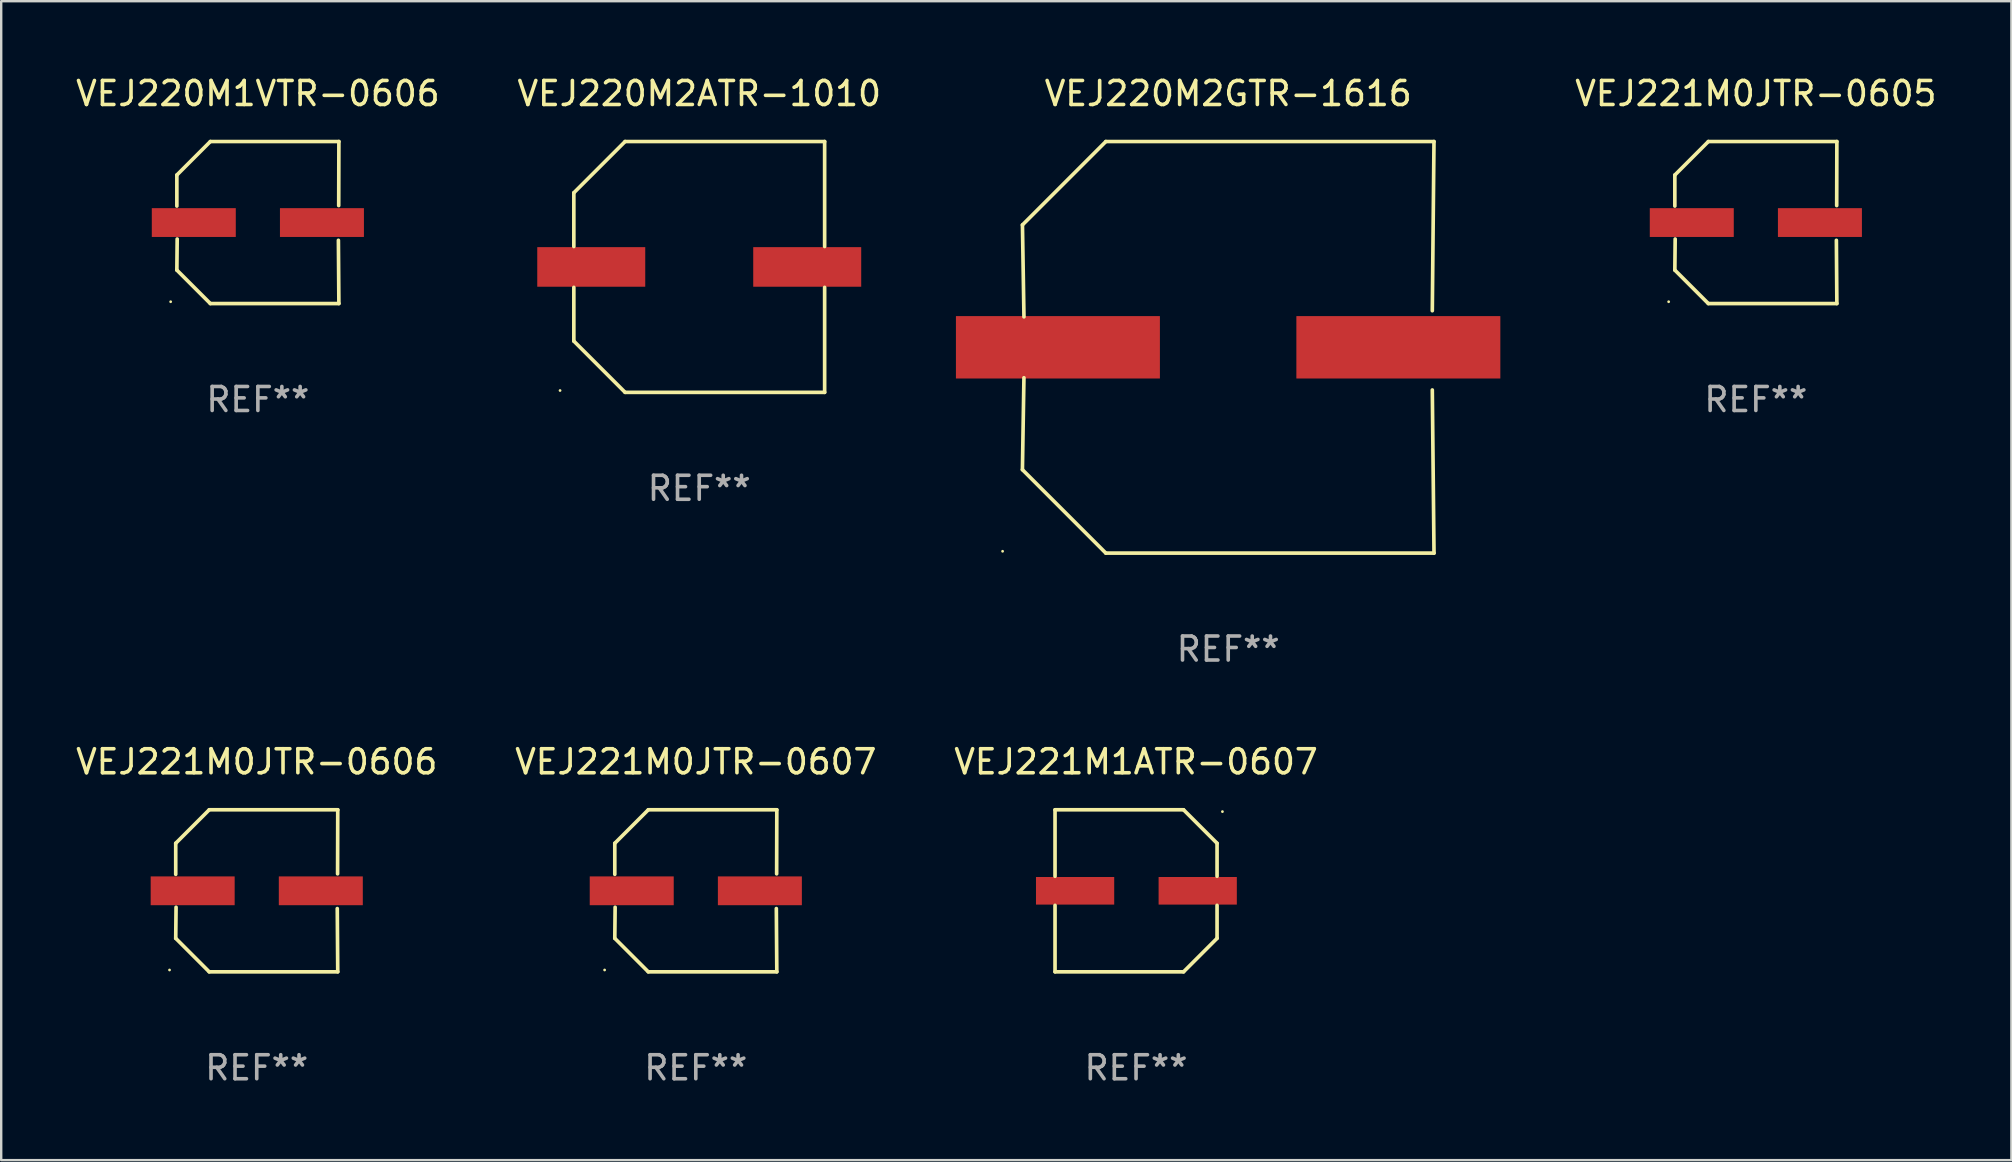
<source format=kicad_pcb>
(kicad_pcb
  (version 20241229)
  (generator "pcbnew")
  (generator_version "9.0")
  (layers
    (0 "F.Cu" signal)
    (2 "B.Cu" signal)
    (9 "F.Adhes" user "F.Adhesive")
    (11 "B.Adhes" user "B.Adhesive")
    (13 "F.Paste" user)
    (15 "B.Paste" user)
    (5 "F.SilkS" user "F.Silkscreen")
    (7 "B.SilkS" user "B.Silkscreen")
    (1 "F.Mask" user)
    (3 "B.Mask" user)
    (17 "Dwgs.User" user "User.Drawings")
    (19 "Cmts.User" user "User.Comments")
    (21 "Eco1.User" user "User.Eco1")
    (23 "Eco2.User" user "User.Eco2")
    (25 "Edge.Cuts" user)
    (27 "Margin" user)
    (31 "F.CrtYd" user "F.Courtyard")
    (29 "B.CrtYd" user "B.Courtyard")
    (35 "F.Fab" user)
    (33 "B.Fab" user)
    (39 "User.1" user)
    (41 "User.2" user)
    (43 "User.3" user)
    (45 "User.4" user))
  (footprint "VEJ220M2ATR-1010"
    (layer "F.Cu")
    (at 26.089 8.074)
    (property "Reference" "VEJ220M2ATR-1010" (at 0 -7.226 0) (layer "F.SilkS") (effects (font (size 1 1) (thickness 0.15))))
    (attr through_hole)
    (fp_line (start -5.226 -3.09) (end -5.226 -0.852) (stroke (width 0.152) (type solid)) (layer "F.SilkS"))
    (fp_line (start -5.226 3.09) (end -5.226 0.852) (stroke (width 0.152) (type solid)) (layer "F.SilkS"))
    (fp_line (start -3.09 -5.226) (end -5.226 -3.09) (stroke (width 0.152) (type solid)) (layer "F.SilkS"))
    (fp_line (start -3.09 5.226) (end -5.226 3.09) (stroke (width 0.152) (type solid)) (layer "F.SilkS"))
    (fp_line (start 5.226 -5.226) (end -3.09 -5.226) (stroke (width 0.152) (type solid)) (layer "F.SilkS"))
    (fp_line (start 5.226 -0.852) (end 5.226 -5.226) (stroke (width 0.152) (type solid)) (layer "F.SilkS"))
    (fp_line (start 5.226 0.852) (end 5.226 5.226) (stroke (width 0.152) (type solid)) (layer "F.SilkS"))
    (fp_line (start 5.226 5.226) (end -3.09 5.226) (stroke (width 0.152) (type solid)) (layer "F.SilkS"))
    (fp_circle (center -5.8 5.15) (end -5.77 5.15) (stroke (width 0.06) (type solid)) (fill no) (layer "F.SilkS"))
    (fp_text user "REF**" (at 0 9.226 0) (layer "F.Fab") (effects (font (size 1 1) (thickness 0.15))))
    (pad "1" smd rect (at -4.5 0) (size 4.5 1.65) (layers "F.Cu" "F.Mask" "F.Paste"))
    (pad "2" smd rect (at 4.5 0) (size 4.5 1.65) (layers "F.Cu" "F.Mask" "F.Paste")))
  (footprint "VEJ221M1ATR-0607"
    (layer "F.Cu")
    (at 44.292 34.072)
    (property "Reference" "VEJ221M1ATR-0607" (at 0 -5.376 0) (layer "F.SilkS") (effects (font (size 1 1) (thickness 0.15))))
    (attr through_hole)
    (fp_line (start -3.376 -3.376) (end 1.98 -3.376) (stroke (width 0.152) (type solid)) (layer "F.SilkS"))
    (fp_line (start -3.376 -0.607) (end -3.376 -3.376) (stroke (width 0.152) (type solid)) (layer "F.SilkS"))
    (fp_line (start -3.376 0.607) (end -3.376 3.376) (stroke (width 0.152) (type solid)) (layer "F.SilkS"))
    (fp_line (start -3.376 3.376) (end 1.98 3.376) (stroke (width 0.152) (type solid)) (layer "F.SilkS"))
    (fp_line (start 1.98 -3.376) (end 3.376 -1.98) (stroke (width 0.152) (type solid)) (layer "F.SilkS"))
    (fp_line (start 1.98 3.376) (end 3.376 1.98) (stroke (width 0.152) (type solid)) (layer "F.SilkS"))
    (fp_line (start 3.376 -1.98) (end 3.376 -0.607) (stroke (width 0.152) (type solid)) (layer "F.SilkS"))
    (fp_line (start 3.376 1.98) (end 3.376 0.607) (stroke (width 0.152) (type solid)) (layer "F.SilkS"))
    (fp_circle (center 3.6 -3.3) (end 3.63 -3.3) (stroke (width 0.06) (type solid)) (fill no) (layer "F.SilkS"))
    (fp_text user "REF**" (at 0 7.376 0) (layer "F.Fab") (effects (font (size 1 1) (thickness 0.15))))
    (pad "1" smd rect (at 2.57 0 180) (size 3.26 1.15) (layers "F.Cu" "F.Mask" "F.Paste"))
    (pad "2" smd rect (at -2.54 0 180) (size 3.26 1.15) (layers "F.Cu" "F.Mask" "F.Paste")))
  (footprint "VEJ221M0JTR-0607"
    (layer "F.Cu")
    (at 25.946 34.072)
    (property "Reference" "VEJ221M0JTR-0607" (at 0 -5.376 0) (layer "F.SilkS") (effects (font (size 1 1) (thickness 0.15))))
    (attr through_hole)
    (fp_line (start -3.376 -1.98) (end -3.376 -0.686) (stroke (width 0.152) (type solid)) (layer "F.SilkS"))
    (fp_line (start -3.376 1.981) (end -3.362 0.686) (stroke (width 0.152) (type solid)) (layer "F.SilkS"))
    (fp_line (start -1.981 3.376) (end -3.376 1.981) (stroke (width 0.152) (type solid)) (layer "F.SilkS"))
    (fp_line (start -1.98 -3.376) (end -3.376 -1.98) (stroke (width 0.152) (type solid)) (layer "F.SilkS"))
    (fp_line (start 3.356 0.74) (end 3.376 3.376) (stroke (width 0.152) (type solid)) (layer "F.SilkS"))
    (fp_line (start 3.369 -0.707) (end 3.376 -3.376) (stroke (width 0.152) (type solid)) (layer "F.SilkS"))
    (fp_line (start 3.376 3.376) (end -1.981 3.376) (stroke (width 0.152) (type solid)) (layer "F.SilkS"))
    (fp_line (start 3.376 -3.376) (end -1.98 -3.376) (stroke (width 0.152) (type solid)) (layer "F.SilkS"))
    (fp_circle (center -3.8 3.3) (end -3.77 3.3) (stroke (width 0.06) (type solid)) (fill no) (layer "F.SilkS"))
    (fp_text user "REF**" (at 0 7.376 0) (layer "F.Fab") (effects (font (size 1 1) (thickness 0.15))))
    (pad "1" smd rect (at -2.67 0.000203) (size 3.5 1.2) (layers "F.Cu" "F.Mask" "F.Paste"))
    (pad "2" smd rect (at 2.67 0.000203) (size 3.5 1.2) (layers "F.Cu" "F.Mask" "F.Paste")))
  (footprint "VEJ221M0JTR-0606"
    (layer "F.Cu")
    (at 7.649 34.072)
    (property "Reference" "VEJ221M0JTR-0606" (at 0 -5.376 0) (layer "F.SilkS") (effects (font (size 1 1) (thickness 0.15))))
    (attr through_hole)
    (fp_line (start -3.376 -1.98) (end -3.376 -0.686) (stroke (width 0.152) (type solid)) (layer "F.SilkS"))
    (fp_line (start -3.376 1.981) (end -3.362 0.686) (stroke (width 0.152) (type solid)) (layer "F.SilkS"))
    (fp_line (start -1.981 3.376) (end -3.376 1.981) (stroke (width 0.152) (type solid)) (layer "F.SilkS"))
    (fp_line (start -1.98 -3.376) (end -3.376 -1.98) (stroke (width 0.152) (type solid)) (layer "F.SilkS"))
    (fp_line (start 3.356 0.74) (end 3.376 3.376) (stroke (width 0.152) (type solid)) (layer "F.SilkS"))
    (fp_line (start 3.369 -0.707) (end 3.376 -3.376) (stroke (width 0.152) (type solid)) (layer "F.SilkS"))
    (fp_line (start 3.376 3.376) (end -1.981 3.376) (stroke (width 0.152) (type solid)) (layer "F.SilkS"))
    (fp_line (start 3.376 -3.376) (end -1.98 -3.376) (stroke (width 0.152) (type solid)) (layer "F.SilkS"))
    (fp_circle (center -3.634 3.3) (end -3.604 3.3) (stroke (width 0.06) (type solid)) (fill no) (layer "F.SilkS"))
    (fp_text user "REF**" (at 0 7.376 0) (layer "F.Fab") (effects (font (size 1 1) (thickness 0.15))))
    (pad "1" smd rect (at -2.67 0.000254) (size 3.5 1.2) (layers "F.Cu" "F.Mask" "F.Paste"))
    (pad "2" smd rect (at 2.67 0.000254) (size 3.5 1.2) (layers "F.Cu" "F.Mask" "F.Paste")))
  (footprint "VEJ221M0JTR-0605"
    (layer "F.Cu")
    (at 70.121 6.224)
    (property "Reference" "VEJ221M0JTR-0605" (at 0 -5.376 0) (layer "F.SilkS") (effects (font (size 1 1) (thickness 0.15))))
    (attr through_hole)
    (fp_line (start -3.376 -1.98) (end -3.376 -0.686) (stroke (width 0.152) (type solid)) (layer "F.SilkS"))
    (fp_line (start -3.376 1.981) (end -3.362 0.686) (stroke (width 0.152) (type solid)) (layer "F.SilkS"))
    (fp_line (start -1.981 3.376) (end -3.376 1.981) (stroke (width 0.152) (type solid)) (layer "F.SilkS"))
    (fp_line (start -1.98 -3.376) (end -3.376 -1.98) (stroke (width 0.152) (type solid)) (layer "F.SilkS"))
    (fp_line (start 3.356 0.74) (end 3.376 3.376) (stroke (width 0.152) (type solid)) (layer "F.SilkS"))
    (fp_line (start 3.369 -0.707) (end 3.376 -3.376) (stroke (width 0.152) (type solid)) (layer "F.SilkS"))
    (fp_line (start 3.376 3.376) (end -1.981 3.376) (stroke (width 0.152) (type solid)) (layer "F.SilkS"))
    (fp_line (start 3.376 -3.376) (end -1.98 -3.376) (stroke (width 0.152) (type solid)) (layer "F.SilkS"))
    (fp_circle (center -3.634 3.3) (end -3.604 3.3) (stroke (width 0.06) (type solid)) (fill no) (layer "F.SilkS"))
    (fp_text user "REF**" (at 0 7.376 0) (layer "F.Fab") (effects (font (size 1 1) (thickness 0.15))))
    (pad "1" smd rect (at -2.67 0.000254) (size 3.5 1.2) (layers "F.Cu" "F.Mask" "F.Paste"))
    (pad "2" smd rect (at 2.67 0.000254) (size 3.5 1.2) (layers "F.Cu" "F.Mask" "F.Paste")))
  (footprint "VEJ220M2GTR-1616"
    (layer "F.Cu")
    (at 48.133 11.424)
    (property "Reference" "VEJ220M2GTR-1616" (at 0 -10.576 0) (layer "F.SilkS") (effects (font (size 1 1) (thickness 0.15))))
    (attr through_hole)
    (fp_line (start -8.576 5.099) (end -8.513 1.269) (stroke (width 0.152) (type solid)) (layer "F.SilkS"))
    (fp_line (start -8.575 -5.101) (end -8.512 -1.271) (stroke (width 0.152) (type solid)) (layer "F.SilkS"))
    (fp_line (start -5.1 -8.576) (end -8.575 -5.101) (stroke (width 0.152) (type solid)) (layer "F.SilkS"))
    (fp_line (start -5.1 8.576) (end -8.576 5.099) (stroke (width 0.152) (type solid)) (layer "F.SilkS"))
    (fp_line (start 8.505 -1.525) (end 8.575 -8.576) (stroke (width 0.152) (type solid)) (layer "F.SilkS"))
    (fp_line (start 8.505 1.777) (end 8.576 8.576) (stroke (width 0.152) (type solid)) (layer "F.SilkS"))
    (fp_line (start 8.575 -8.576) (end -5.1 -8.576) (stroke (width 0.152) (type solid)) (layer "F.SilkS"))
    (fp_line (start 8.576 8.576) (end -5.1 8.576) (stroke (width 0.152) (type solid)) (layer "F.SilkS"))
    (fp_circle (center -9.402 8.499) (end -9.372 8.499) (stroke (width 0.06) (type solid)) (fill no) (layer "F.SilkS"))
    (fp_text user "REF**" (at 0 12.576 0) (layer "F.Fab") (effects (font (size 1 1) (thickness 0.15))))
    (pad "1" smd rect (at -7.097 -0.001) (size 8.5 2.6) (layers "F.Cu" "F.Mask" "F.Paste"))
    (pad "2" smd rect (at 7.09 -0.001) (size 8.5 2.6) (layers "F.Cu" "F.Mask" "F.Paste")))
  (footprint "VEJ220M1VTR-0606"
    (layer "F.Cu")
    (at 7.696 6.224)
    (property "Reference" "VEJ220M1VTR-0606" (at 0 -5.376 0) (layer "F.SilkS") (effects (font (size 1 1) (thickness 0.15))))
    (attr through_hole)
    (fp_line (start -3.376 -1.98) (end -3.376 -0.686) (stroke (width 0.152) (type solid)) (layer "F.SilkS"))
    (fp_line (start -3.376 1.981) (end -3.362 0.686) (stroke (width 0.152) (type solid)) (layer "F.SilkS"))
    (fp_line (start -1.981 3.376) (end -3.376 1.981) (stroke (width 0.152) (type solid)) (layer "F.SilkS"))
    (fp_line (start -1.98 -3.376) (end -3.376 -1.98) (stroke (width 0.152) (type solid)) (layer "F.SilkS"))
    (fp_line (start 3.356 0.74) (end 3.376 3.376) (stroke (width 0.152) (type solid)) (layer "F.SilkS"))
    (fp_line (start 3.369 -0.707) (end 3.376 -3.376) (stroke (width 0.152) (type solid)) (layer "F.SilkS"))
    (fp_line (start 3.376 3.376) (end -1.981 3.376) (stroke (width 0.152) (type solid)) (layer "F.SilkS"))
    (fp_line (start 3.376 -3.376) (end -1.98 -3.376) (stroke (width 0.152) (type solid)) (layer "F.SilkS"))
    (fp_circle (center -3.634 3.3) (end -3.604 3.3) (stroke (width 0.06) (type solid)) (fill no) (layer "F.SilkS"))
    (fp_text user "REF**" (at 0 7.376 0) (layer "F.Fab") (effects (font (size 1 1) (thickness 0.15))))
    (pad "1" smd rect (at -2.67 0.000254) (size 3.5 1.2) (layers "F.Cu" "F.Mask" "F.Paste"))
    (pad "2" smd rect (at 2.67 0.000254) (size 3.5 1.2) (layers "F.Cu" "F.Mask" "F.Paste")))
  (gr_rect
    (start -3 -3)
    (end 80.77 45.297)
    (stroke (width 0.1) (type default))
    (fill no)
    (layer "Edge.Cuts")))
</source>
